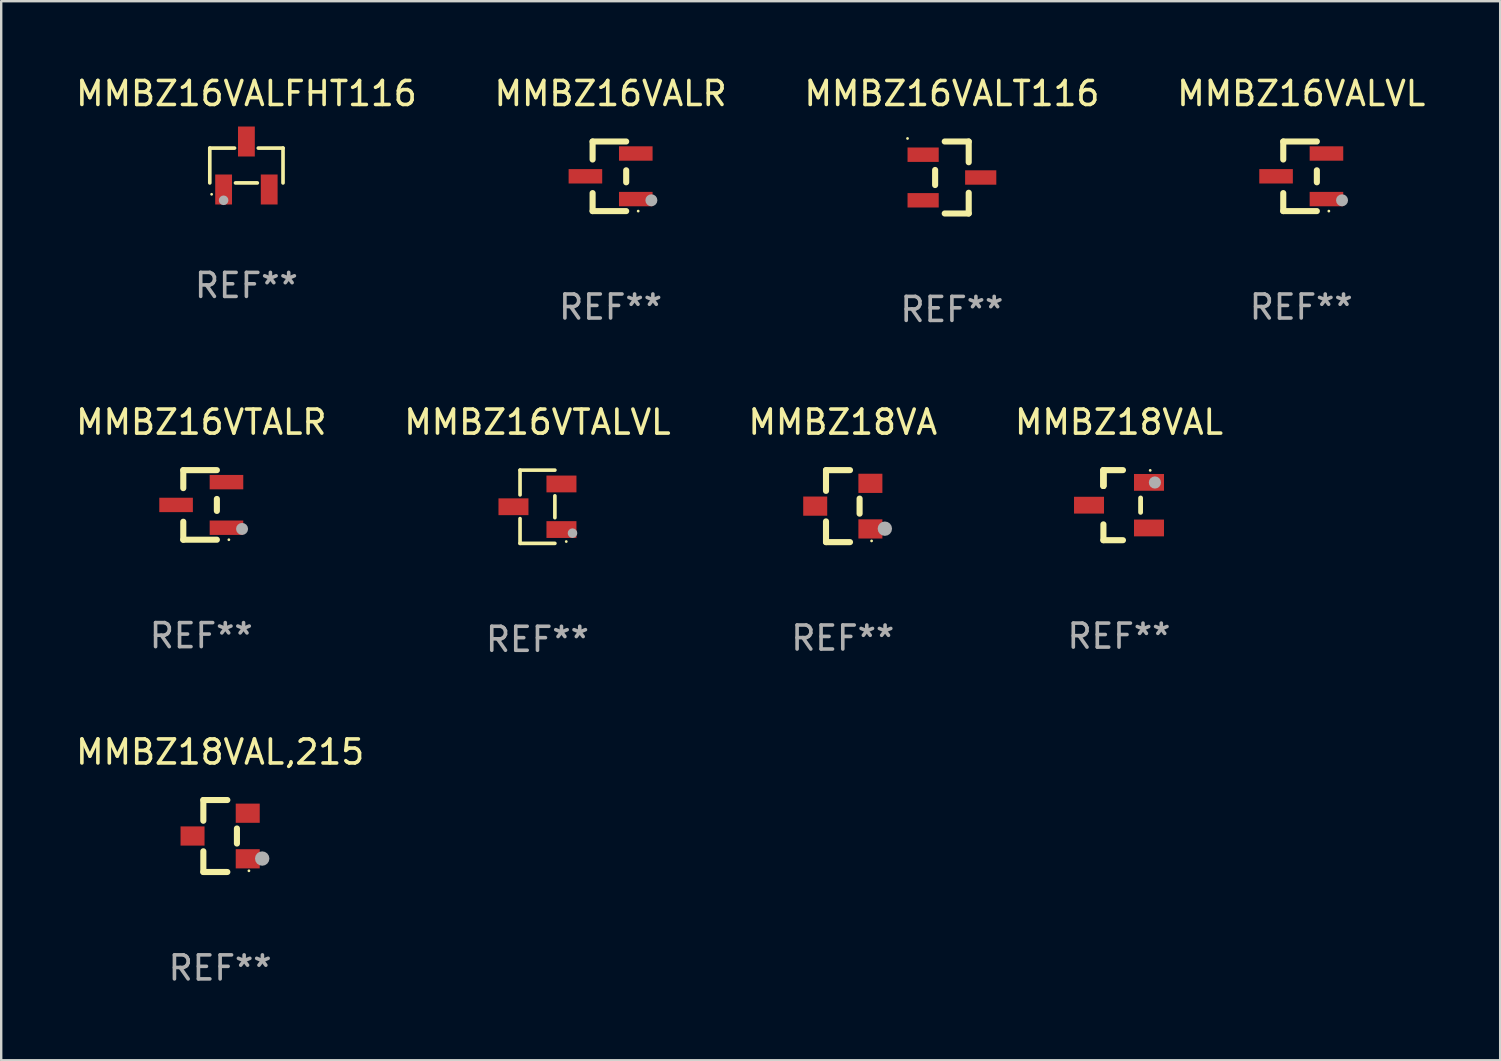
<source format=kicad_pcb>
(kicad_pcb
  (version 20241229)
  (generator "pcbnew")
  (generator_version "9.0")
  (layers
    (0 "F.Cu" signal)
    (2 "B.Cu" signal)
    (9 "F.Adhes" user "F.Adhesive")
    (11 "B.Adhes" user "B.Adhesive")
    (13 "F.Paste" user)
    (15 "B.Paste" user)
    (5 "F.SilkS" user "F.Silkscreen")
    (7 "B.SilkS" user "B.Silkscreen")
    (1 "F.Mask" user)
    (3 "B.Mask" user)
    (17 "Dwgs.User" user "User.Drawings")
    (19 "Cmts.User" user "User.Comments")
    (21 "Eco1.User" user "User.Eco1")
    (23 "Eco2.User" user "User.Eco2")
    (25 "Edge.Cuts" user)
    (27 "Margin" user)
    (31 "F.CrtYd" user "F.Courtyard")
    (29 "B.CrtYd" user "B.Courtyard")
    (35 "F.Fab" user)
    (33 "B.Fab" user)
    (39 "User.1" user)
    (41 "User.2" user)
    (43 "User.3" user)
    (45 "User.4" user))
  (footprint "MMBZ16VALT116"
    (layer "F.Cu")
    (at 36.625 4.348)
    (property "Reference" "MMBZ16VALT116" (at 0 -3.5 0) (layer "F.SilkS") (effects (font (size 1 1) (thickness 0.15))))
    (attr through_hole)
    (fp_line (start -0.7 -0.314) (end -0.7 0.314) (stroke (width 0.254) (type solid)) (layer "F.SilkS"))
    (fp_line (start 0.7 -1.5) (end -0.3 -1.5) (stroke (width 0.254) (type solid)) (layer "F.SilkS"))
    (fp_line (start 0.7 -1.5) (end 0.7 -0.636) (stroke (width 0.254) (type solid)) (layer "F.SilkS"))
    (fp_line (start 0.7 0.636) (end 0.7 1.5) (stroke (width 0.254) (type solid)) (layer "F.SilkS"))
    (fp_line (start 0.7 1.5) (end -0.3 1.5) (stroke (width 0.254) (type solid)) (layer "F.SilkS"))
    (fp_circle (center -1.85 -1.627) (end -1.82 -1.627) (stroke (width 0.06) (type solid)) (fill no) (layer "F.SilkS"))
    (fp_text user "REF**" (at 0 5.5 0) (layer "F.Fab") (effects (font (size 1 1) (thickness 0.15))))
    (pad "1" smd rect (at -1.2 -0.95) (size 1.3 0.6) (layers "F.Cu" "F.Mask" "F.Paste"))
    (pad "2" smd rect (at -1.2 0.95) (size 1.3 0.6) (layers "F.Cu" "F.Mask" "F.Paste"))
    (pad "3" smd rect (at 1.2 0.000051) (size 1.3 0.6) (layers "F.Cu" "F.Mask" "F.Paste")))
  (footprint "MMBZ16VTALR"
    (layer "F.Cu")
    (at 5.339 17.995)
    (property "Reference" "MMBZ16VTALR" (at 0 -3.45 0) (layer "F.SilkS") (effects (font (size 1 1) (thickness 0.15))))
    (attr through_hole)
    (fp_line (start -0.75 -1.45) (end 0.65 -1.45) (stroke (width 0.254) (type solid)) (layer "F.SilkS"))
    (fp_line (start -0.75 -0.7) (end -0.75 -1.45) (stroke (width 0.254) (type solid)) (layer "F.SilkS"))
    (fp_line (start -0.75 1.45) (end -0.75 0.7) (stroke (width 0.254) (type solid)) (layer "F.SilkS"))
    (fp_line (start -0.75 1.45) (end 0.65 1.45) (stroke (width 0.254) (type solid)) (layer "F.SilkS"))
    (fp_line (start 0.65 0.25) (end 0.65 -0.25) (stroke (width 0.254) (type solid)) (layer "F.SilkS"))
    (fp_circle (center 1.15 1.45) (end 1.18 1.45) (stroke (width 0.06) (type solid)) (fill no) (layer "F.SilkS"))
    (fp_circle (center 1.7 1) (end 1.825 1) (stroke (width 0.25) (type solid)) (fill no) (layer "F.Fab"))
    (fp_text user "REF**" (at 0 5.45 0) (layer "F.Fab") (effects (font (size 1 1) (thickness 0.15))))
    (pad "1" smd rect (at 1.05 0.95) (size 1.4 0.6) (layers "F.Cu" "F.Mask" "F.Paste"))
    (pad "2" smd rect (at 1.05 -0.95) (size 1.4 0.6) (layers "F.Cu" "F.Mask" "F.Paste"))
    (pad "3" smd rect (at -1.05 0) (size 1.4 0.6) (layers "F.Cu" "F.Mask" "F.Paste")))
  (footprint "MMBZ18VA"
    (layer "F.Cu")
    (at 32.077 18.045)
    (property "Reference" "MMBZ18VA" (at 0 -3.5 0) (layer "F.SilkS") (effects (font (size 1 1) (thickness 0.15))))
    (attr through_hole)
    (fp_line (start -0.7 -1.5) (end 0.3 -1.5) (stroke (width 0.254) (type solid)) (layer "F.SilkS"))
    (fp_line (start -0.7 -0.636) (end -0.7 -1.5) (stroke (width 0.254) (type solid)) (layer "F.SilkS"))
    (fp_line (start -0.7 1.5) (end -0.7 0.636) (stroke (width 0.254) (type solid)) (layer "F.SilkS"))
    (fp_line (start -0.7 1.5) (end 0.3 1.5) (stroke (width 0.254) (type solid)) (layer "F.SilkS"))
    (fp_line (start 0.7 0.314) (end 0.7 -0.314) (stroke (width 0.254) (type solid)) (layer "F.SilkS"))
    (fp_circle (center 1.2 1.45) (end 1.23 1.45) (stroke (width 0.06) (type solid)) (fill no) (layer "F.SilkS"))
    (fp_circle (center 1.753 0.94) (end 1.903 0.94) (stroke (width 0.3) (type solid)) (fill no) (layer "F.Fab"))
    (fp_text user "REF**" (at 0 5.5 0) (layer "F.Fab") (effects (font (size 1 1) (thickness 0.15))))
    (pad "1" smd rect (at 1.15 0.95 180) (size 1 0.8) (layers "F.Cu" "F.Mask" "F.Paste"))
    (pad "2" smd rect (at 1.15 -0.95 180) (size 1 0.8) (layers "F.Cu" "F.Mask" "F.Paste"))
    (pad "3" smd rect (at -1.15 -0.000051 180) (size 1 0.8) (layers "F.Cu" "F.Mask" "F.Paste")))
  (footprint "MMBZ16VALFHT116"
    (layer "F.Cu")
    (at 7.22 3.848)
    (property "Reference" "MMBZ16VALFHT116" (at 0 -3 0) (layer "F.SilkS") (effects (font (size 1 1) (thickness 0.15))))
    (attr through_hole)
    (fp_line (start -1.526 -0.726) (end -0.495 -0.726) (stroke (width 0.152) (type solid)) (layer "F.SilkS"))
    (fp_line (start -1.526 0.726) (end -1.526 -0.726) (stroke (width 0.152) (type solid)) (layer "F.SilkS"))
    (fp_line (start 0.455 0.726) (end -0.455 0.726) (stroke (width 0.152) (type solid)) (layer "F.SilkS"))
    (fp_line (start 1.526 -0.726) (end 0.495 -0.726) (stroke (width 0.152) (type solid)) (layer "F.SilkS"))
    (fp_line (start 1.526 0.726) (end 1.526 -0.726) (stroke (width 0.152) (type solid)) (layer "F.SilkS"))
    (fp_circle (center -1.45 1.2) (end -1.42 1.2) (stroke (width 0.06) (type solid)) (fill no) (layer "F.SilkS"))
    (fp_circle (center -0.95 1.45) (end -0.85 1.45) (stroke (width 0.2) (type solid)) (fill no) (layer "F.Fab"))
    (fp_text user "REF**" (at 0 5 0) (layer "F.Fab") (effects (font (size 1 1) (thickness 0.15))))
    (pad "1" smd rect (at -0.95 1 270) (size 1.25 0.7) (layers "F.Cu" "F.Mask" "F.Paste"))
    (pad "2" smd rect (at 0.95 1 270) (size 1.25 0.7) (layers "F.Cu" "F.Mask" "F.Paste"))
    (pad "3" smd rect (at 0 -1 270) (size 1.25 0.7) (layers "F.Cu" "F.Mask" "F.Paste")))
  (footprint "MMBZ16VALVL"
    (layer "F.Cu")
    (at 51.185 4.298)
    (property "Reference" "MMBZ16VALVL" (at 0 -3.45 0) (layer "F.SilkS") (effects (font (size 1 1) (thickness 0.15))))
    (attr through_hole)
    (fp_line (start -0.75 -1.45) (end 0.65 -1.45) (stroke (width 0.254) (type solid)) (layer "F.SilkS"))
    (fp_line (start -0.75 -0.7) (end -0.75 -1.45) (stroke (width 0.254) (type solid)) (layer "F.SilkS"))
    (fp_line (start -0.75 1.45) (end -0.75 0.7) (stroke (width 0.254) (type solid)) (layer "F.SilkS"))
    (fp_line (start -0.75 1.45) (end 0.65 1.45) (stroke (width 0.254) (type solid)) (layer "F.SilkS"))
    (fp_line (start 0.65 0.25) (end 0.65 -0.25) (stroke (width 0.254) (type solid)) (layer "F.SilkS"))
    (fp_circle (center 1.15 1.45) (end 1.18 1.45) (stroke (width 0.06) (type solid)) (fill no) (layer "F.SilkS"))
    (fp_circle (center 1.7 1) (end 1.825 1) (stroke (width 0.25) (type solid)) (fill no) (layer "F.Fab"))
    (fp_text user "REF**" (at 0 5.45 0) (layer "F.Fab") (effects (font (size 1 1) (thickness 0.15))))
    (pad "1" smd rect (at 1.05 0.95) (size 1.4 0.6) (layers "F.Cu" "F.Mask" "F.Paste"))
    (pad "2" smd rect (at 1.05 -0.95) (size 1.4 0.6) (layers "F.Cu" "F.Mask" "F.Paste"))
    (pad "3" smd rect (at -1.05 0) (size 1.4 0.6) (layers "F.Cu" "F.Mask" "F.Paste")))
  (footprint "MMBZ18VAL,215"
    (layer "F.Cu")
    (at 6.125 31.794)
    (property "Reference" "MMBZ18VAL,215" (at 0 -3.5 0) (layer "F.SilkS") (effects (font (size 1 1) (thickness 0.15))))
    (attr through_hole)
    (fp_line (start -0.7 -1.5) (end 0.3 -1.5) (stroke (width 0.254) (type solid)) (layer "F.SilkS"))
    (fp_line (start -0.7 -0.636) (end -0.7 -1.5) (stroke (width 0.254) (type solid)) (layer "F.SilkS"))
    (fp_line (start -0.7 1.5) (end -0.7 0.636) (stroke (width 0.254) (type solid)) (layer "F.SilkS"))
    (fp_line (start -0.7 1.5) (end 0.3 1.5) (stroke (width 0.254) (type solid)) (layer "F.SilkS"))
    (fp_line (start 0.7 0.314) (end 0.7 -0.314) (stroke (width 0.254) (type solid)) (layer "F.SilkS"))
    (fp_circle (center 1.2 1.45) (end 1.23 1.45) (stroke (width 0.06) (type solid)) (fill no) (layer "F.SilkS"))
    (fp_circle (center 1.753 0.94) (end 1.903 0.94) (stroke (width 0.3) (type solid)) (fill no) (layer "F.Fab"))
    (fp_text user "REF**" (at 0 5.5 0) (layer "F.Fab") (effects (font (size 1 1) (thickness 0.15))))
    (pad "1" smd rect (at 1.15 0.95 180) (size 1 0.8) (layers "F.Cu" "F.Mask" "F.Paste"))
    (pad "2" smd rect (at 1.15 -0.95 180) (size 1 0.8) (layers "F.Cu" "F.Mask" "F.Paste"))
    (pad "3" smd rect (at -1.15 -0.000051 180) (size 1 0.8) (layers "F.Cu" "F.Mask" "F.Paste")))
  (footprint "MMBZ16VTALVL"
    (layer "F.Cu")
    (at 19.351 18.071)
    (property "Reference" "MMBZ16VTALVL" (at 0 -3.526 0) (layer "F.SilkS") (effects (font (size 1 1) (thickness 0.15))))
    (attr through_hole)
    (fp_line (start -0.726 -1.526) (end -0.726 -0.495) (stroke (width 0.152) (type solid)) (layer "F.SilkS"))
    (fp_line (start -0.726 1.526) (end -0.726 0.495) (stroke (width 0.152) (type solid)) (layer "F.SilkS"))
    (fp_line (start 0.726 -1.526) (end -0.726 -1.526) (stroke (width 0.152) (type solid)) (layer "F.SilkS"))
    (fp_line (start 0.726 -0.455) (end 0.726 0.455) (stroke (width 0.152) (type solid)) (layer "F.SilkS"))
    (fp_line (start 0.726 1.526) (end -0.726 1.526) (stroke (width 0.152) (type solid)) (layer "F.SilkS"))
    (fp_circle (center 1.2 1.45) (end 1.23 1.45) (stroke (width 0.06) (type solid)) (fill no) (layer "F.SilkS"))
    (fp_circle (center 1.46 1.1) (end 1.56 1.1) (stroke (width 0.2) (type solid)) (fill no) (layer "F.Fab"))
    (fp_text user "REF**" (at 0 5.526 0) (layer "F.Fab") (effects (font (size 1 1) (thickness 0.15))))
    (pad "1" smd rect (at 1 0.95) (size 1.25 0.7) (layers "F.Cu" "F.Mask" "F.Paste"))
    (pad "2" smd rect (at 1 -0.95) (size 1.25 0.7) (layers "F.Cu" "F.Mask" "F.Paste"))
    (pad "3" smd rect (at -1 0) (size 1.25 0.7) (layers "F.Cu" "F.Mask" "F.Paste")))
  (footprint "MMBZ18VAL"
    (layer "F.Cu")
    (at 43.589 18.005)
    (property "Reference" "MMBZ18VAL" (at 0 -3.46 0) (layer "F.SilkS") (effects (font (size 1 1) (thickness 0.15))))
    (attr through_hole)
    (fp_line (start -0.65 -1.46) (end -0.65 -0.8) (stroke (width 0.254) (type solid)) (layer "F.SilkS"))
    (fp_line (start -0.65 -1.46) (end 0.165 -1.46) (stroke (width 0.254) (type solid)) (layer "F.SilkS"))
    (fp_line (start -0.65 -0.8) (end -0.65 -1.46) (stroke (width 0.254) (type solid)) (layer "F.SilkS"))
    (fp_line (start -0.65 -0.8) (end -0.65 -1.46) (stroke (width 0.254) (type solid)) (layer "F.SilkS"))
    (fp_line (start -0.65 1.46) (end -0.65 0.8) (stroke (width 0.254) (type solid)) (layer "F.SilkS"))
    (fp_line (start 0.165 1.46) (end -0.65 1.46) (stroke (width 0.254) (type solid)) (layer "F.SilkS"))
    (fp_line (start 0.9 0.3) (end 0.9 -0.3) (stroke (width 0.2) (type solid)) (layer "F.SilkS"))
    (fp_circle (center 1.3 -1.45) (end 1.33 -1.45) (stroke (width 0.06) (type solid)) (fill no) (layer "F.SilkS"))
    (fp_circle (center 1.496 -0.945) (end 1.623 -0.945) (stroke (width 0.254) (type solid)) (fill no) (layer "F.Fab"))
    (fp_text user "REF**" (at 0 5.46 0) (layer "F.Fab") (effects (font (size 1 1) (thickness 0.15))))
    (pad "1" smd rect (at 1.25 -0.95 270) (size 0.7 1.25) (layers "F.Cu" "F.Mask" "F.Paste"))
    (pad "2" smd rect (at 1.25 0.95 270) (size 0.7 1.25) (layers "F.Cu" "F.Mask" "F.Paste"))
    (pad "3" smd rect (at -1.25 0 270) (size 0.7 1.25) (layers "F.Cu" "F.Mask" "F.Paste")))
  (footprint "MMBZ16VALR"
    (layer "F.Cu")
    (at 22.399 4.298)
    (property "Reference" "MMBZ16VALR" (at 0 -3.45 0) (layer "F.SilkS") (effects (font (size 1 1) (thickness 0.15))))
    (attr through_hole)
    (fp_line (start -0.75 -1.45) (end 0.65 -1.45) (stroke (width 0.254) (type solid)) (layer "F.SilkS"))
    (fp_line (start -0.75 -0.7) (end -0.75 -1.45) (stroke (width 0.254) (type solid)) (layer "F.SilkS"))
    (fp_line (start -0.75 1.45) (end -0.75 0.7) (stroke (width 0.254) (type solid)) (layer "F.SilkS"))
    (fp_line (start -0.75 1.45) (end 0.65 1.45) (stroke (width 0.254) (type solid)) (layer "F.SilkS"))
    (fp_line (start 0.65 0.25) (end 0.65 -0.25) (stroke (width 0.254) (type solid)) (layer "F.SilkS"))
    (fp_circle (center 1.15 1.45) (end 1.18 1.45) (stroke (width 0.06) (type solid)) (fill no) (layer "F.SilkS"))
    (fp_circle (center 1.7 1) (end 1.825 1) (stroke (width 0.25) (type solid)) (fill no) (layer "F.Fab"))
    (fp_text user "REF**" (at 0 5.45 0) (layer "F.Fab") (effects (font (size 1 1) (thickness 0.15))))
    (pad "1" smd rect (at 1.05 0.95) (size 1.4 0.6) (layers "F.Cu" "F.Mask" "F.Paste"))
    (pad "2" smd rect (at 1.05 -0.95) (size 1.4 0.6) (layers "F.Cu" "F.Mask" "F.Paste"))
    (pad "3" smd rect (at -1.05 0) (size 1.4 0.6) (layers "F.Cu" "F.Mask" "F.Paste")))
  (gr_rect
    (start -3 -3)
    (end 59.476 41.142)
    (stroke (width 0.1) (type default))
    (fill no)
    (layer "Edge.Cuts")))
</source>
